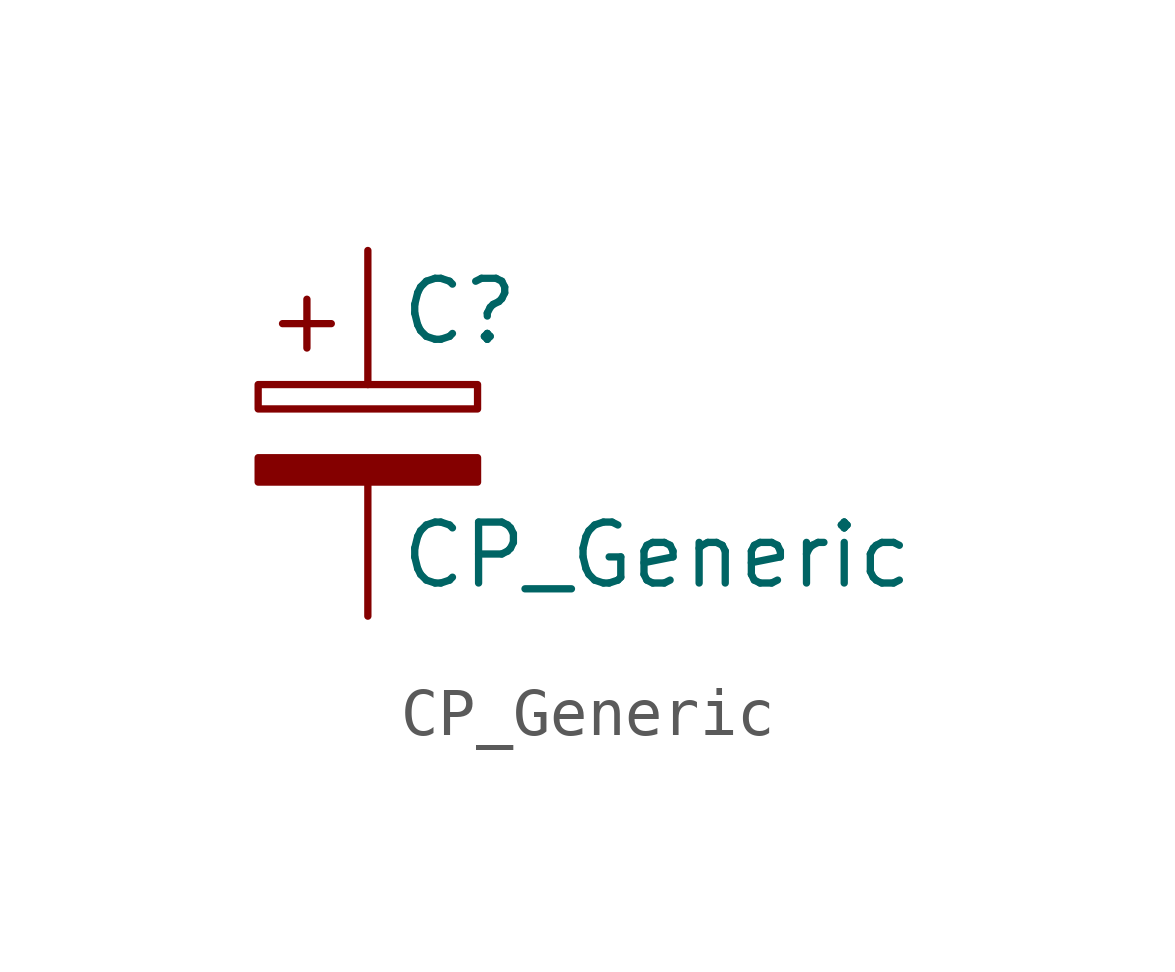
<source format=kicad_sym>
(kicad_symbol_lib
  (version 20211014)
  (generator kicad_symbol_editor)
  (symbol "CP_Generic"
    (pin_numbers hide)
    (pin_names
      (offset 0.254))
    (property "Reference" "C"
      (at 0.635 2.54 0)
      (effects (font (size 1.27 1.27)) (justify left)))
    (property "Value" "CP_Generic"
      (at 0.635 -2.54 0)
      (effects (font (size 1.27 1.27)) (justify left)))
    (symbol "CP_Generic_0_1"
      (rectangle (start -2.286 0.508) (end 2.286 1.016) (stroke (width 0) (type default) (color 0 0 0 0)) (fill (type none)))
      (polyline (pts (xy -1.778 2.286) (xy -0.762 2.286)) (stroke (width 0) (type default) (color 0 0 0 0)) (fill (type none)))
      (polyline (pts (xy -1.27 2.794) (xy -1.27 1.778)) (stroke (width 0) (type default) (color 0 0 0 0)) (fill (type none)))
      (rectangle (start 2.286 -0.508) (end -2.286 -1.016) (stroke (width 0) (type default) (color 0 0 0 0)) (fill (type outline))))
    (symbol "CP_Generic_1_1"
      (pin passive line (at 0 3.81 270) (length 2.794) (name "~" (effects (font (size 1.27 1.27)))) (number "1" (effects (font (size 1.27 1.27)))))
      (pin passive line (at 0 -3.81 90) (length 2.794) (name "~" (effects (font (size 1.27 1.27)))) (number "2" (effects (font (size 1.27 1.27))))))))
</source>
